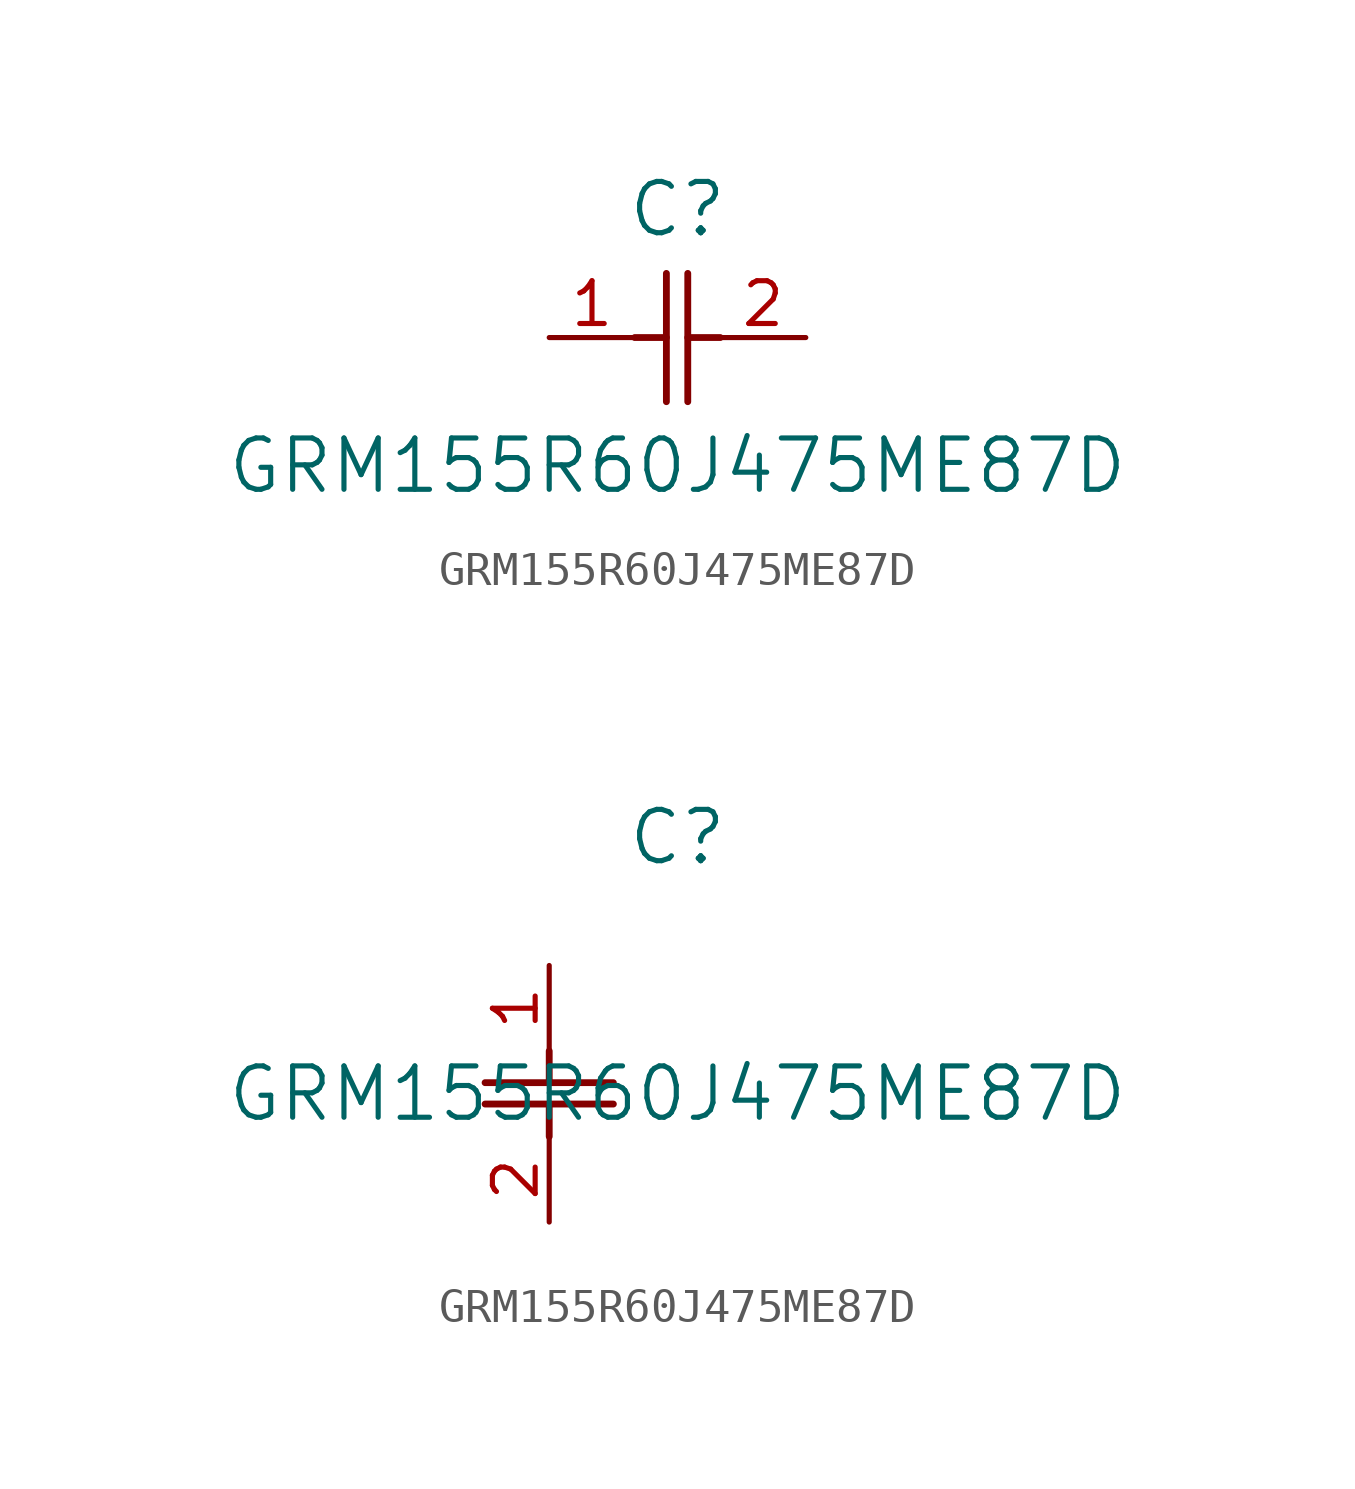
<source format=kicad_sym>
(kicad_symbol_lib
  (version 20211014)
  (generator kicad_symbol_editor)
  (symbol "GRM155R60J475ME87D"
    (pin_names
      (offset 0.254))
    (property "Reference" "C"
      (at 3.81 3.81 0)
      (effects (font (size 1.524 1.524))))
    (property "Value" "GRM155R60J475ME87D"
      (at 3.81 -3.81 0)
      (effects (font (size 1.524 1.524))))
    (symbol "GRM155R60J475ME87D_1_1"
      (polyline (pts (xy 3.48 -1.905) (xy 3.48 1.905)) (stroke (width 0.203) (type default) (color 0 0 0 0)) (fill (type none)))
      (polyline (pts (xy 4.115 -1.905) (xy 4.115 1.905)) (stroke (width 0.203) (type default) (color 0 0 0 0)) (fill (type none)))
      (polyline (pts (xy 4.115 0) (xy 5.08 0)) (stroke (width 0.203) (type default) (color 0 0 0 0)) (fill (type none)))
      (polyline (pts (xy 2.54 0) (xy 3.48 0)) (stroke (width 0.203) (type default) (color 0 0 0 0)) (fill (type none)))
      (pin unspecified line (at 0 0 0) (length 2.54) (name "" (effects (font (size 1.27 1.27)))) (number "1" (effects (font (size 1.27 1.27)))))
      (pin unspecified line (at 7.62 0 180) (length 2.54) (name "" (effects (font (size 1.27 1.27)))) (number "2" (effects (font (size 1.27 1.27))))))
    (symbol "GRM155R60J475ME87D_1_2"
      (polyline (pts (xy -1.905 -3.48) (xy 1.905 -3.48)) (stroke (width 0.203) (type default) (color 0 0 0 0)) (fill (type none)))
      (polyline (pts (xy -1.905 -4.115) (xy 1.905 -4.115)) (stroke (width 0.203) (type default) (color 0 0 0 0)) (fill (type none)))
      (polyline (pts (xy 0 -4.115) (xy 0 -5.08)) (stroke (width 0.203) (type default) (color 0 0 0 0)) (fill (type none)))
      (polyline (pts (xy 0 -2.54) (xy 0 -3.48)) (stroke (width 0.203) (type default) (color 0 0 0 0)) (fill (type none)))
      (pin unspecified line (at 0 0 270) (length 2.54) (name "" (effects (font (size 1.27 1.27)))) (number "1" (effects (font (size 1.27 1.27)))))
      (pin unspecified line (at 0 -7.62 90) (length 2.54) (name "" (effects (font (size 1.27 1.27)))) (number "2" (effects (font (size 1.27 1.27))))))))
</source>
